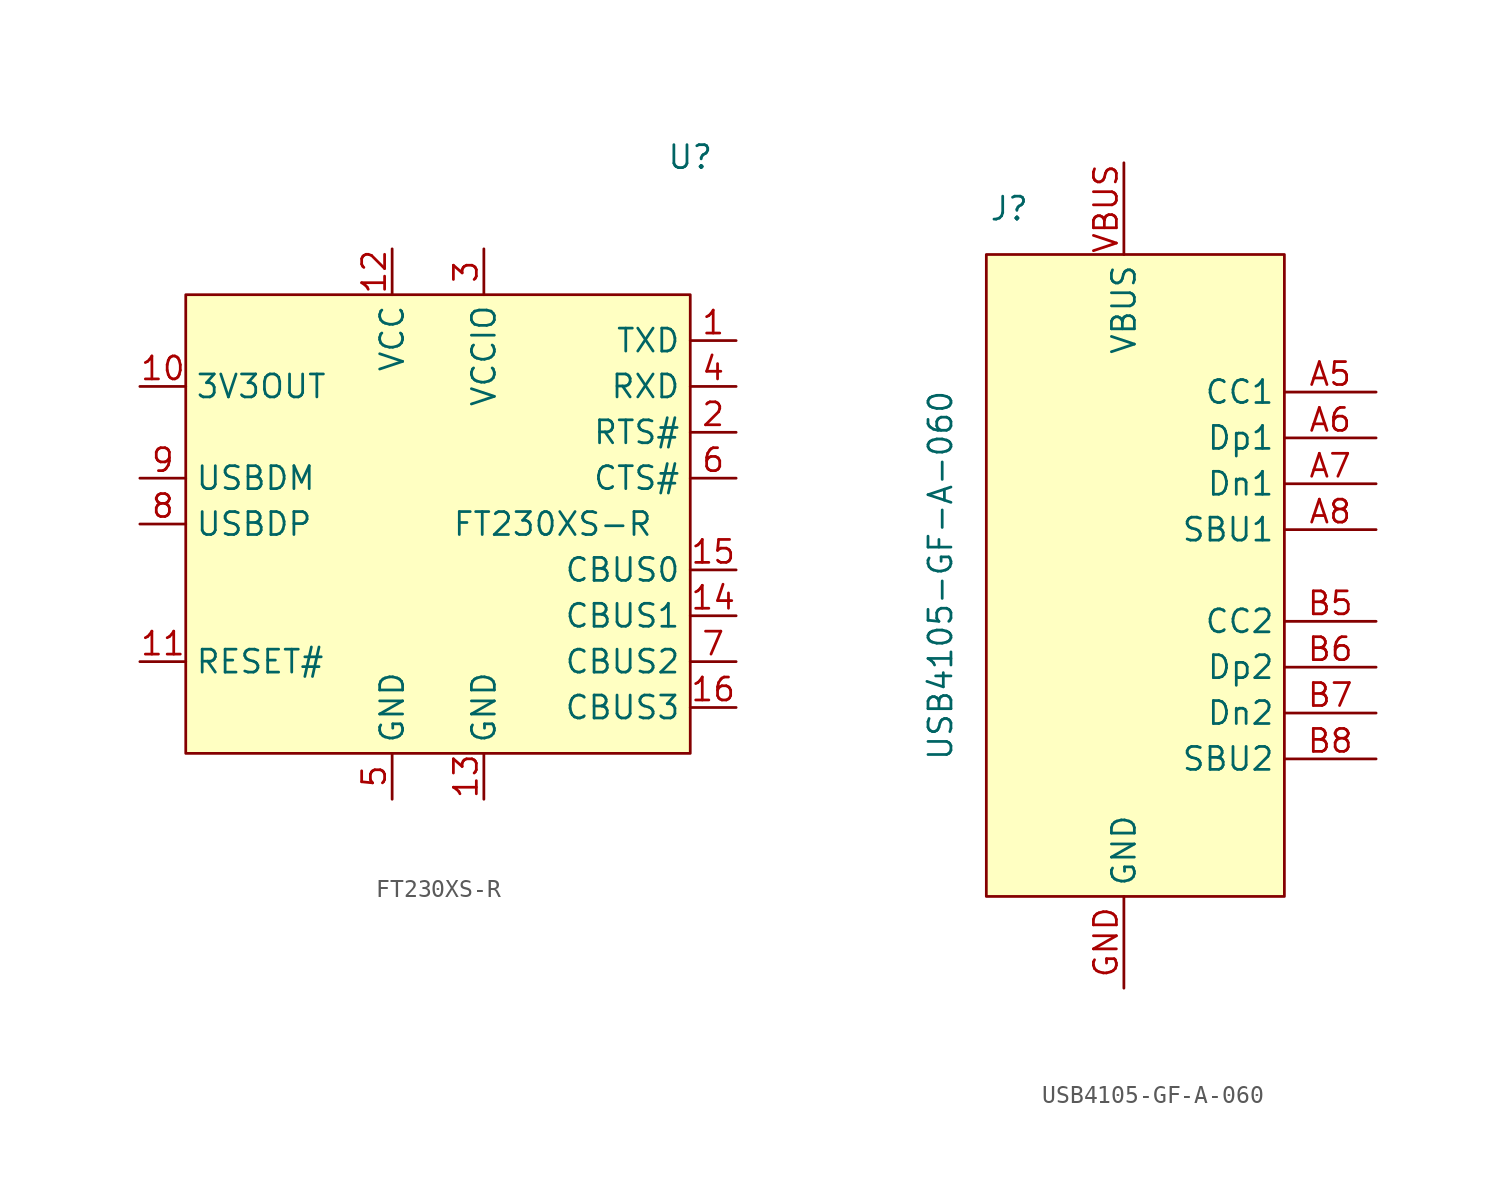
<source format=kicad_sym>
(kicad_symbol_lib
  (version 20220914)
  (generator kicad_symbol_editor)
  (symbol "FT230XS-R"
    (property "Reference" "U"
      (at 13.97 20.32 0)
      (effects (font (size 1.27 1.27))))
    (property "Value" "FT230XS-R"
      (at 6.35 0 0)
      (effects (font (size 1.27 1.27))))
    (symbol "FT230XS-R_1_1"
      (rectangle (start -13.97 12.7) (end 13.97 -12.7) (stroke (width 0) (type default)) (fill (type background)))
      (pin bidirectional line (at 16.51 10.16 180) (length 2.54) (name "TXD" (effects (font (size 1.27 1.27)))) (number "1" (effects (font (size 1.27 1.27)))))
      (pin bidirectional line (at -16.51 7.62 0) (length 2.54) (name "3V3OUT" (effects (font (size 1.27 1.27)))) (number "10" (effects (font (size 1.27 1.27)))))
      (pin bidirectional line (at -16.51 -7.62 0) (length 2.54) (name "RESET#" (effects (font (size 1.27 1.27)))) (number "11" (effects (font (size 1.27 1.27)))))
      (pin power_in line (at -2.54 15.24 270) (length 2.54) (name "VCC" (effects (font (size 1.27 1.27)))) (number "12" (effects (font (size 1.27 1.27)))))
      (pin power_out line (at 2.54 -15.24 90) (length 2.54) (name "GND" (effects (font (size 1.27 1.27)))) (number "13" (effects (font (size 1.27 1.27)))))
      (pin bidirectional line (at 16.51 -5.08 180) (length 2.54) (name "CBUS1" (effects (font (size 1.27 1.27)))) (number "14" (effects (font (size 1.27 1.27)))))
      (pin bidirectional line (at 16.51 -2.54 180) (length 2.54) (name "CBUS0" (effects (font (size 1.27 1.27)))) (number "15" (effects (font (size 1.27 1.27)))))
      (pin bidirectional line (at 16.51 -10.16 180) (length 2.54) (name "CBUS3" (effects (font (size 1.27 1.27)))) (number "16" (effects (font (size 1.27 1.27)))))
      (pin bidirectional line (at 16.51 5.08 180) (length 2.54) (name "RTS#" (effects (font (size 1.27 1.27)))) (number "2" (effects (font (size 1.27 1.27)))))
      (pin power_in line (at 2.54 15.24 270) (length 2.54) (name "VCCIO" (effects (font (size 1.27 1.27)))) (number "3" (effects (font (size 1.27 1.27)))))
      (pin bidirectional line (at 16.51 7.62 180) (length 2.54) (name "RXD" (effects (font (size 1.27 1.27)))) (number "4" (effects (font (size 1.27 1.27)))))
      (pin power_out line (at -2.54 -15.24 90) (length 2.54) (name "GND" (effects (font (size 1.27 1.27)))) (number "5" (effects (font (size 1.27 1.27)))))
      (pin bidirectional line (at 16.51 2.54 180) (length 2.54) (name "CTS#" (effects (font (size 1.27 1.27)))) (number "6" (effects (font (size 1.27 1.27)))))
      (pin bidirectional line (at 16.51 -7.62 180) (length 2.54) (name "CBUS2" (effects (font (size 1.27 1.27)))) (number "7" (effects (font (size 1.27 1.27)))))
      (pin bidirectional line (at -16.51 0 0) (length 2.54) (name "USBDP" (effects (font (size 1.27 1.27)))) (number "8" (effects (font (size 1.27 1.27)))))
      (pin bidirectional line (at -16.51 2.54 0) (length 2.54) (name "USBDM" (effects (font (size 1.27 1.27)))) (number "9" (effects (font (size 1.27 1.27)))))))
  (symbol "USB4105-GF-A-060"
    (property "Reference" "J"
      (at -6.35 20.32 0)
      (effects (font (size 1.27 1.27))))
    (property "Value" "USB4105-GF-A-060"
      (at -10.16 0 90)
      (effects (font (size 1.27 1.27))))
    (symbol "USB4105-GF-A-060_1_1"
      (rectangle (start -7.62 17.78) (end 8.89 -17.78) (stroke (width 0) (type default)) (fill (type background)))
      (pin bidirectional line (at 13.97 10.16 180) (length 5.08) (name "CC1" (effects (font (size 1.27 1.27)))) (number "A5" (effects (font (size 1.27 1.27)))))
      (pin bidirectional line (at 13.97 7.62 180) (length 5.08) (name "Dp1" (effects (font (size 1.27 1.27)))) (number "A6" (effects (font (size 1.27 1.27)))))
      (pin bidirectional line (at 13.97 5.08 180) (length 5.08) (name "Dn1" (effects (font (size 1.27 1.27)))) (number "A7" (effects (font (size 1.27 1.27)))))
      (pin bidirectional line (at 13.97 2.54 180) (length 5.08) (name "SBU1" (effects (font (size 1.27 1.27)))) (number "A8" (effects (font (size 1.27 1.27)))))
      (pin bidirectional line (at 13.97 -2.54 180) (length 5.08) (name "CC2" (effects (font (size 1.27 1.27)))) (number "B5" (effects (font (size 1.27 1.27)))))
      (pin bidirectional line (at 13.97 -5.08 180) (length 5.08) (name "Dp2" (effects (font (size 1.27 1.27)))) (number "B6" (effects (font (size 1.27 1.27)))))
      (pin bidirectional line (at 13.97 -7.62 180) (length 5.08) (name "Dn2" (effects (font (size 1.27 1.27)))) (number "B7" (effects (font (size 1.27 1.27)))))
      (pin bidirectional line (at 13.97 -10.16 180) (length 5.08) (name "SBU2" (effects (font (size 1.27 1.27)))) (number "B8" (effects (font (size 1.27 1.27)))))
      (pin passive line (at 0 -22.86 90) (length 5.08) (name "GND" (effects (font (size 1.27 1.27)))) (number "GND" (effects (font (size 1.27 1.27)))))
      (pin passive line (at 0 22.86 270) (length 5.08) (name "VBUS" (effects (font (size 1.27 1.27)))) (number "VBUS" (effects (font (size 1.27 1.27))))))))
</source>
